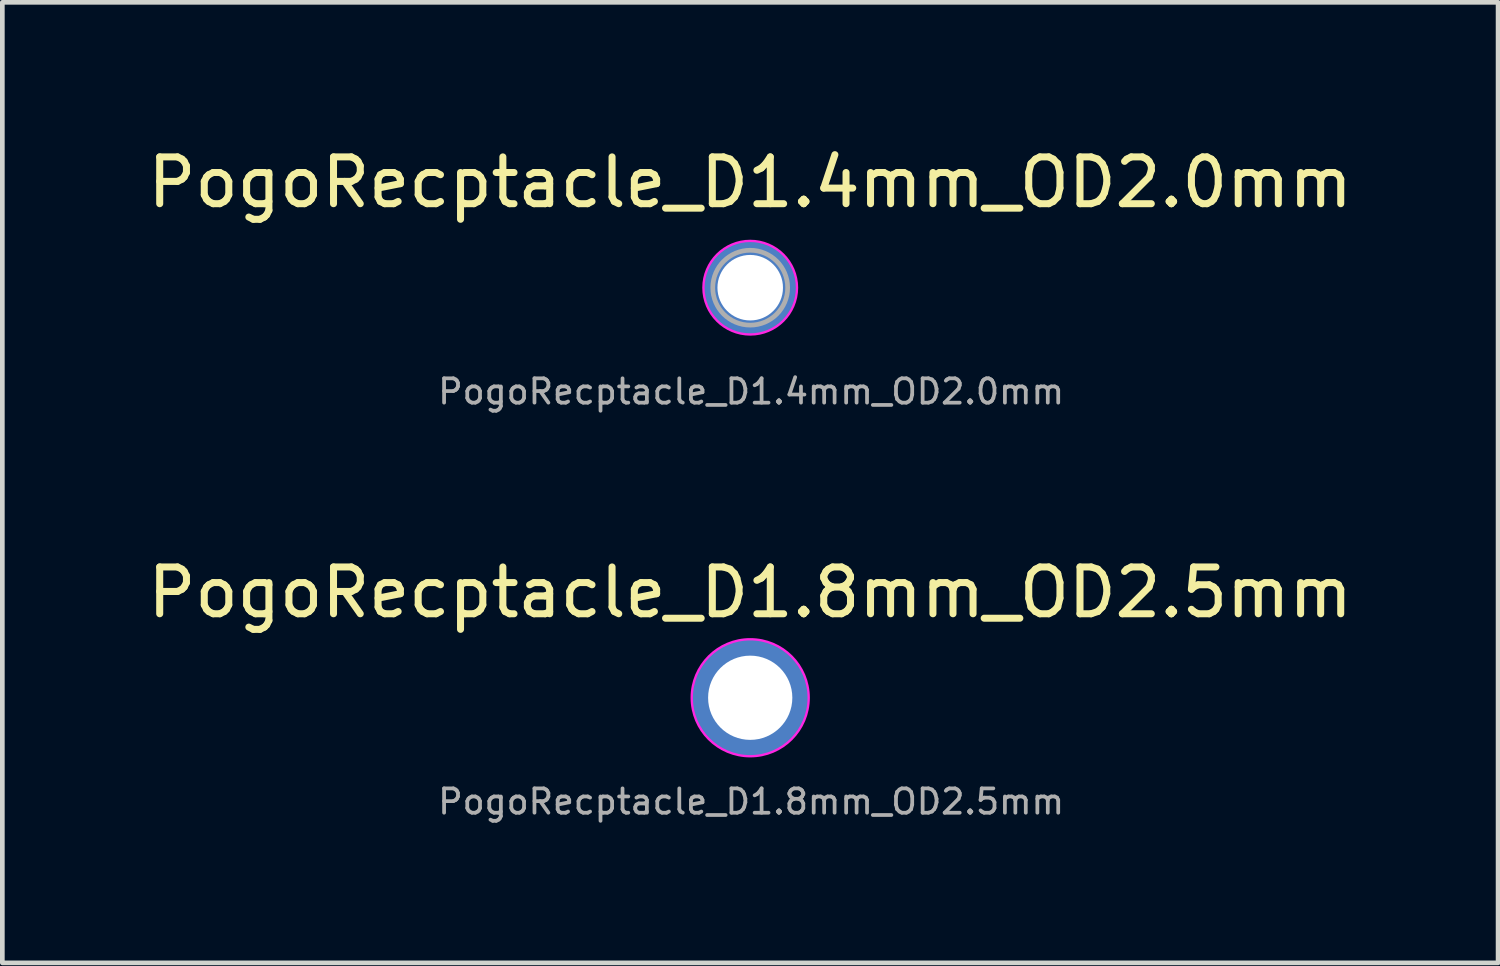
<source format=kicad_pcb>
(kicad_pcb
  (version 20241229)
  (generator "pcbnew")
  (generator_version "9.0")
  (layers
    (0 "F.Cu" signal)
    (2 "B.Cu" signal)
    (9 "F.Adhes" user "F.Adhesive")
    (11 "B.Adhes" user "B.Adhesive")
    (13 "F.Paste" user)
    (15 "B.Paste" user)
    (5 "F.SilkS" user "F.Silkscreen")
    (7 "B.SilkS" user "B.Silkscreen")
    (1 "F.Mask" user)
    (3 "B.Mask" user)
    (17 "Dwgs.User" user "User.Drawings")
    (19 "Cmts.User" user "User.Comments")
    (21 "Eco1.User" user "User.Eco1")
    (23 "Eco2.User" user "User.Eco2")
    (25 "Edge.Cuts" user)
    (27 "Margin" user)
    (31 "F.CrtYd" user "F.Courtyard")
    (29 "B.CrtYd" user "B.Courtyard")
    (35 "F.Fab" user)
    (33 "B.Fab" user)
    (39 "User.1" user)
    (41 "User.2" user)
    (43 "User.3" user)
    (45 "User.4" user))
  (footprint "PogoRecptacle_D1.4mm_OD2.0mm"
    (layer "F.Cu")
    (at 12.982 3.098)
    (property "Reference" "PogoRecptacle_D1.4mm_OD2.0mm" (at 0 -2.25 180) (layer "F.SilkS") (effects (font (size 1 1) (thickness 0.15))))
    (attr exclude_from_pos_files)
    (fp_circle (center 0 0) (end 1 0) (stroke (width 0.05) (type default)) (fill no) (layer "F.CrtYd"))
    (fp_circle (center 0 0) (end 0.8 0) (stroke (width 0.1) (type solid)) (fill no) (layer "F.Fab"))
    (fp_text user "${REFERENCE}" (at 0.02 2.22 180) (layer "F.Fab") (effects (font (size 0.52 0.52) (thickness 0.08))))
    (pad "1" thru_hole circle (at 0 0) (size 2 2) (drill 1.4) (layers "*.Cu" "*.Mask")))
  (footprint "PogoRecptacle_D1.8mm_OD2.5mm"
    (layer "F.Cu")
    (at 12.982 11.861)
    (property "Reference" "PogoRecptacle_D1.8mm_OD2.5mm" (at 0 -2.25 180) (layer "F.SilkS") (effects (font (size 1 1) (thickness 0.15))))
    (attr exclude_from_pos_files)
    (fp_circle (center 0 0) (end 1.25 0) (stroke (width 0.05) (type default)) (fill no) (layer "F.CrtYd"))
    (fp_circle (center 0 0) (end 0.8 0) (stroke (width 0.1) (type solid)) (fill no) (layer "F.Fab"))
    (fp_text user "${REFERENCE}" (at 0.02 2.22 180) (layer "F.Fab") (effects (font (size 0.52 0.52) (thickness 0.08))))
    (pad "1" thru_hole circle (at 0 0) (size 2.5 2.5) (drill 1.8) (layers "*.Cu" "*.Mask")))
  (gr_rect
    (start -3 -3)
    (end 28.964 17.526)
    (stroke (width 0.1) (type default))
    (fill no)
    (layer "Edge.Cuts")))
</source>
